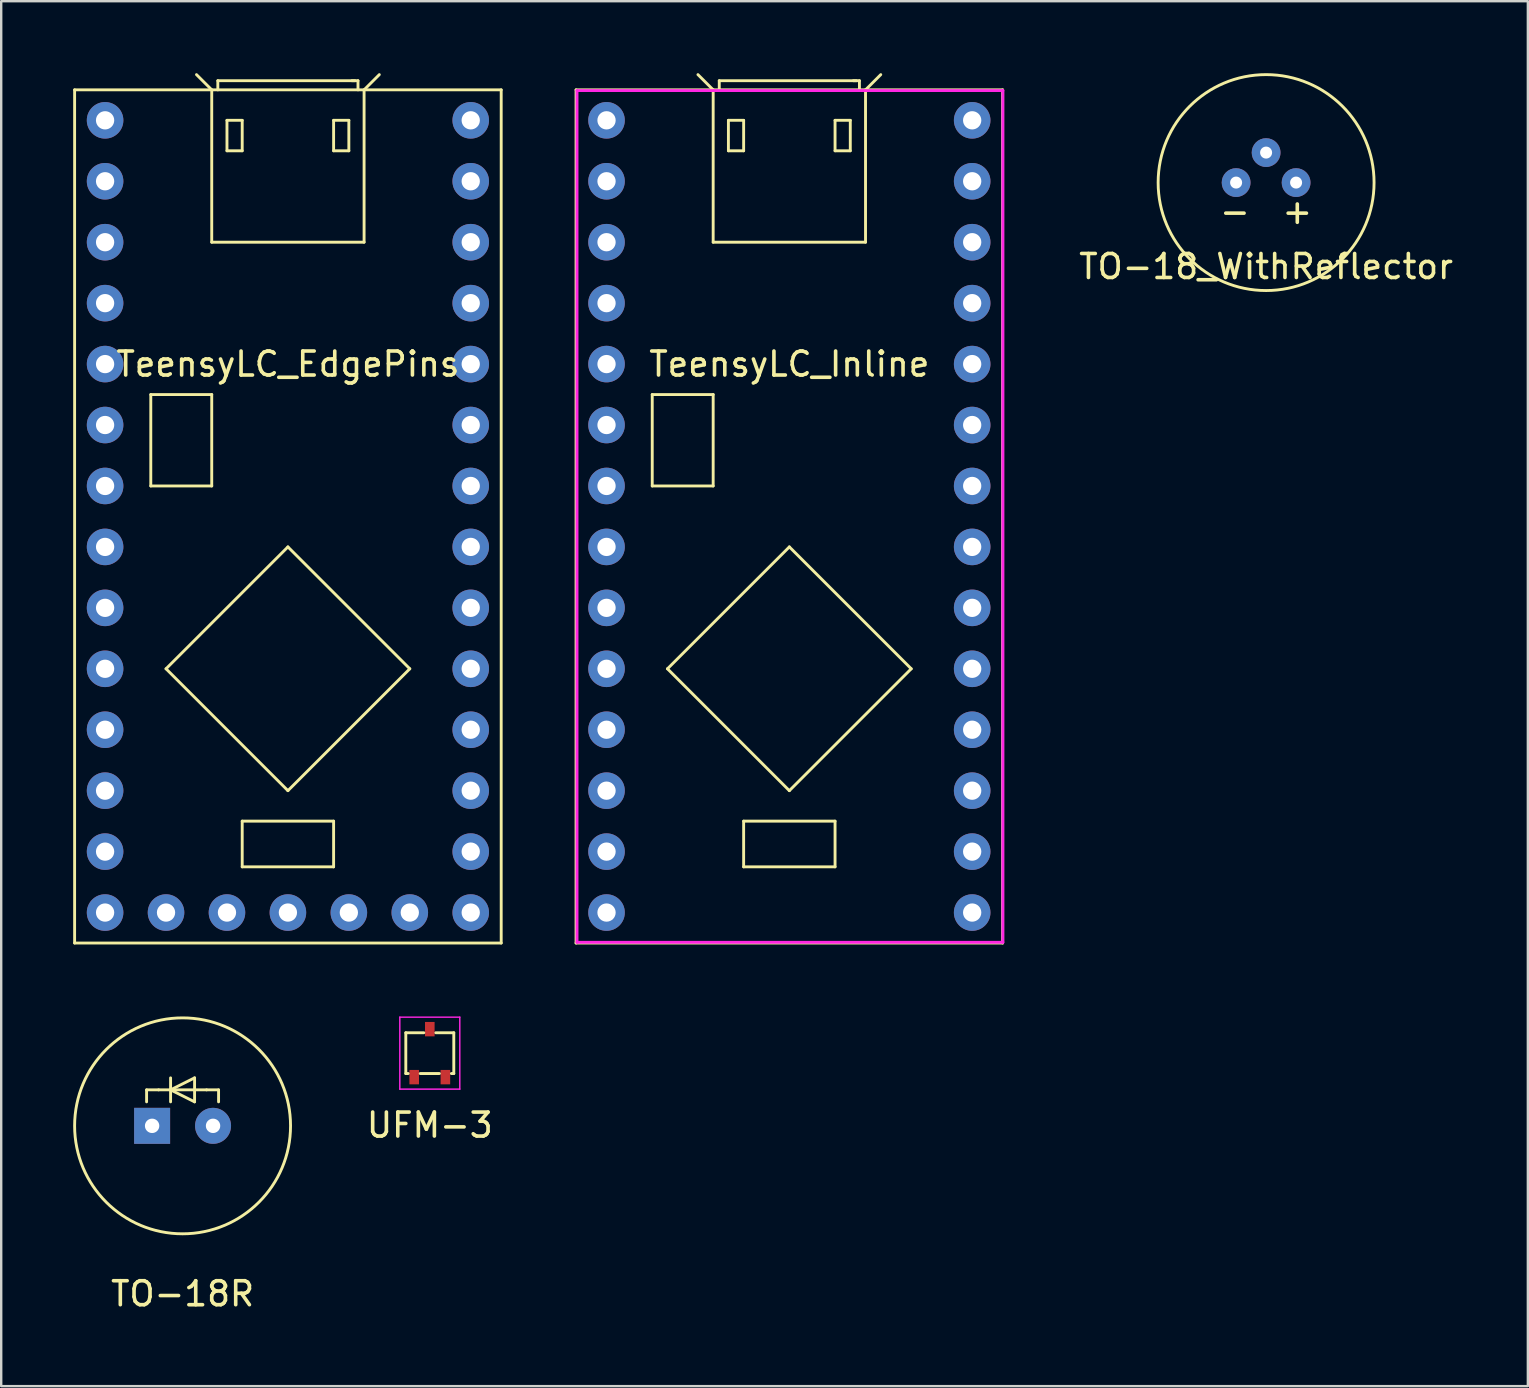
<source format=kicad_pcb>
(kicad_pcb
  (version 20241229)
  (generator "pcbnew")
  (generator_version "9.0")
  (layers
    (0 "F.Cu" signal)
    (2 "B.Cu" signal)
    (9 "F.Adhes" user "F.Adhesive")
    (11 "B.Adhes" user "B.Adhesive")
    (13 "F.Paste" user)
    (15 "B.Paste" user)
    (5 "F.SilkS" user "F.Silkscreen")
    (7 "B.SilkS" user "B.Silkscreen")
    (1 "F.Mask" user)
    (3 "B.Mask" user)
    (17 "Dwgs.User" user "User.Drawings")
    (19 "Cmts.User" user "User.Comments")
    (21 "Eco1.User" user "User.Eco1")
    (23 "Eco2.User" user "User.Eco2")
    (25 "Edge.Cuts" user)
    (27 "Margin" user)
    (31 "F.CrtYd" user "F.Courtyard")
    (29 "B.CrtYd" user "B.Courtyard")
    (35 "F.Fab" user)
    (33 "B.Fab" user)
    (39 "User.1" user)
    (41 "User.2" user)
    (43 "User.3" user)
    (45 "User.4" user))
  (footprint "TO-18R"
    (layer "F.Cu")
    (at 4.56 43.875)
    (property "Reference" "TO-18R" (at 0 7 0) (layer "F.SilkS") (effects (font (size 1 1) (thickness 0.15))))
    (attr through_hole)
    (fp_line (start -1.5 -1.5) (end -1.5 -1) (stroke (width 0.12) (type solid)) (layer "F.SilkS"))
    (fp_line (start -1 -1.5) (end -1.5 -1.5) (stroke (width 0.12) (type solid)) (layer "F.SilkS"))
    (fp_line (start -0.5 -2) (end -0.5 -1) (stroke (width 0.12) (type solid)) (layer "F.SilkS"))
    (fp_line (start -0.5 -1.5) (end -1 -1.5) (stroke (width 0.12) (type solid)) (layer "F.SilkS"))
    (fp_line (start -0.5 -1.5) (end 0.5 -2) (stroke (width 0.12) (type solid)) (layer "F.SilkS"))
    (fp_line (start -0.5 -1.5) (end 1 -1.5) (stroke (width 0.12) (type solid)) (layer "F.SilkS"))
    (fp_line (start 0.5 -2) (end 0.5 -1) (stroke (width 0.12) (type solid)) (layer "F.SilkS"))
    (fp_line (start 0.5 -1) (end -0.5 -1.5) (stroke (width 0.12) (type solid)) (layer "F.SilkS"))
    (fp_line (start 1 -1.5) (end 1.5 -1.5) (stroke (width 0.12) (type solid)) (layer "F.SilkS"))
    (fp_line (start 1.5 -1.5) (end 1.5 -1) (stroke (width 0.12) (type solid)) (layer "F.SilkS"))
    (fp_circle (center 0 0) (end 4.5 0) (stroke (width 0.12) (type solid)) (fill no) (layer "F.SilkS"))
    (pad "1" thru_hole rect (at -1.27 0) (size 1.5 1.5) (drill 0.6) (layers "*.Cu" "*.Mask"))
    (pad "2" thru_hole circle (at 1.27 0) (size 1.5 1.5) (drill 0.6) (layers "*.Cu" "*.Mask")))
  (footprint "UFM-3"
    (layer "F.Cu")
    (at 14.864 40.845)
    (property "Reference" "UFM-3" (at 0 3 0) (layer "F.SilkS") (effects (font (size 1 1) (thickness 0.15))))
    (attr through_hole)
    (fp_line (start -1 -0.85) (end -1 0.85) (stroke (width 0.12) (type solid)) (layer "F.SilkS"))
    (fp_line (start -1 0.85) (end -0.9 0.85) (stroke (width 0.12) (type solid)) (layer "F.SilkS"))
    (fp_line (start -0.4 0.85) (end 0.4 0.85) (stroke (width 0.12) (type solid)) (layer "F.SilkS"))
    (fp_line (start -0.25 -0.85) (end -1 -0.85) (stroke (width 0.12) (type solid)) (layer "F.SilkS"))
    (fp_line (start 1 -0.85) (end 0.25 -0.85) (stroke (width 0.12) (type solid)) (layer "F.SilkS"))
    (fp_line (start 1 0.85) (end 0.9 0.85) (stroke (width 0.12) (type solid)) (layer "F.SilkS"))
    (fp_line (start 1 0.85) (end 1 -0.85) (stroke (width 0.12) (type solid)) (layer "F.SilkS"))
    (fp_line (start -1.25 -1.5) (end 1.25 -1.5) (stroke (width 0.06) (type solid)) (layer "F.CrtYd"))
    (fp_line (start -1.25 1.5) (end -1.25 -1.5) (stroke (width 0.06) (type solid)) (layer "F.CrtYd"))
    (fp_line (start 1.25 -1.5) (end 1.25 1.5) (stroke (width 0.06) (type solid)) (layer "F.CrtYd"))
    (fp_line (start 1.25 1.5) (end -1.25 1.5) (stroke (width 0.06) (type solid)) (layer "F.CrtYd"))
    (pad "1" smd rect (at -0.65 1) (size 0.4 0.6) (layers "F.Cu" "F.Mask" "F.Paste"))
    (pad "2" smd rect (at 0.65 1) (size 0.4 0.6) (layers "F.Cu" "F.Mask" "F.Paste"))
    (pad "3" smd rect (at 0 -1) (size 0.4 0.6) (layers "F.Cu" "F.Mask" "F.Paste")))
  (footprint "TeensyLC_EdgePins"
    (layer "F.Cu")
    (at 8.95 18.475)
    (property "Reference" "TeensyLC_EdgePins" (at 0 -6.35 0) (layer "F.SilkS") (effects (font (size 1 1) (thickness 0.15))))
    (attr through_hole)
    (fp_line (start -8.89 -17.78) (end -8.89 17.78) (stroke (width 0.12) (type solid)) (layer "F.SilkS"))
    (fp_line (start -8.89 17.78) (end 8.89 17.78) (stroke (width 0.12) (type solid)) (layer "F.SilkS"))
    (fp_line (start -5.715 -5.08) (end -5.715 -1.27) (stroke (width 0.12) (type solid)) (layer "F.SilkS"))
    (fp_line (start -5.715 -1.27) (end -3.175 -1.27) (stroke (width 0.12) (type solid)) (layer "F.SilkS"))
    (fp_line (start -5.08 6.35) (end 0 11.43) (stroke (width 0.12) (type solid)) (layer "F.SilkS"))
    (fp_line (start -3.175 -17.78) (end -3.81 -18.415) (stroke (width 0.12) (type solid)) (layer "F.SilkS"))
    (fp_line (start -3.175 -11.43) (end -3.175 -17.78) (stroke (width 0.12) (type solid)) (layer "F.SilkS"))
    (fp_line (start -3.175 -5.08) (end -5.715 -5.08) (stroke (width 0.12) (type solid)) (layer "F.SilkS"))
    (fp_line (start -3.175 -1.27) (end -3.175 -5.08) (stroke (width 0.12) (type solid)) (layer "F.SilkS"))
    (fp_line (start -2.921 -18.161) (end 2.794 -18.161) (stroke (width 0.12) (type solid)) (layer "F.SilkS"))
    (fp_line (start -2.921 -17.78) (end -2.921 -18.161) (stroke (width 0.12) (type solid)) (layer "F.SilkS"))
    (fp_line (start -2.54 -16.51) (end -2.54 -15.24) (stroke (width 0.12) (type solid)) (layer "F.SilkS"))
    (fp_line (start -2.54 -15.24) (end -1.905 -15.24) (stroke (width 0.12) (type solid)) (layer "F.SilkS"))
    (fp_line (start -1.905 -16.51) (end -2.54 -16.51) (stroke (width 0.12) (type solid)) (layer "F.SilkS"))
    (fp_line (start -1.905 -15.24) (end -1.905 -16.51) (stroke (width 0.12) (type solid)) (layer "F.SilkS"))
    (fp_line (start -1.905 12.7) (end -1.905 14.605) (stroke (width 0.12) (type solid)) (layer "F.SilkS"))
    (fp_line (start -1.905 14.605) (end 1.905 14.605) (stroke (width 0.12) (type solid)) (layer "F.SilkS"))
    (fp_line (start 0 1.27) (end -5.08 6.35) (stroke (width 0.12) (type solid)) (layer "F.SilkS"))
    (fp_line (start 0 11.43) (end 5.08 6.35) (stroke (width 0.12) (type solid)) (layer "F.SilkS"))
    (fp_line (start 1.905 -16.51) (end 1.905 -15.24) (stroke (width 0.12) (type solid)) (layer "F.SilkS"))
    (fp_line (start 1.905 -15.24) (end 2.54 -15.24) (stroke (width 0.12) (type solid)) (layer "F.SilkS"))
    (fp_line (start 1.905 12.7) (end -1.905 12.7) (stroke (width 0.12) (type solid)) (layer "F.SilkS"))
    (fp_line (start 1.905 14.605) (end 1.905 12.7) (stroke (width 0.12) (type solid)) (layer "F.SilkS"))
    (fp_line (start 2.54 -16.51) (end 1.905 -16.51) (stroke (width 0.12) (type solid)) (layer "F.SilkS"))
    (fp_line (start 2.54 -15.24) (end 2.54 -16.51) (stroke (width 0.12) (type solid)) (layer "F.SilkS"))
    (fp_line (start 2.921 -18.161) (end 2.667 -18.161) (stroke (width 0.12) (type solid)) (layer "F.SilkS"))
    (fp_line (start 2.921 -18.161) (end 2.921 -17.78) (stroke (width 0.12) (type solid)) (layer "F.SilkS"))
    (fp_line (start 3.175 -17.78) (end 3.175 -11.43) (stroke (width 0.12) (type solid)) (layer "F.SilkS"))
    (fp_line (start 3.175 -17.78) (end 3.81 -18.415) (stroke (width 0.12) (type solid)) (layer "F.SilkS"))
    (fp_line (start 3.175 -11.43) (end -3.175 -11.43) (stroke (width 0.12) (type solid)) (layer "F.SilkS"))
    (fp_line (start 5.08 6.35) (end 0 1.27) (stroke (width 0.12) (type solid)) (layer "F.SilkS"))
    (fp_line (start 8.89 -17.78) (end -8.89 -17.78) (stroke (width 0.12) (type solid)) (layer "F.SilkS"))
    (fp_line (start 8.89 17.78) (end 8.89 -17.78) (stroke (width 0.12) (type solid)) (layer "F.SilkS"))
    (pad "0" thru_hole circle (at -7.62 -13.97) (size 1.524 1.524) (drill 0.762) (layers "*.Cu" "*.Mask"))
    (pad "1" thru_hole circle (at -7.62 -11.43) (size 1.524 1.524) (drill 0.762) (layers "*.Cu" "*.Mask"))
    (pad "2" thru_hole circle (at -7.62 -8.89) (size 1.524 1.524) (drill 0.762) (layers "*.Cu" "*.Mask"))
    (pad "3" thru_hole circle (at -7.62 -6.35) (size 1.524 1.524) (drill 0.762) (layers "*.Cu" "*.Mask"))
    (pad "3.3V_1" thru_hole circle (at -2.54 16.51) (size 1.524 1.524) (drill 0.762) (layers "*.Cu" "*.Mask"))
    (pad "3.3V_2" thru_hole circle (at 7.62 -11.43) (size 1.524 1.524) (drill 0.762) (layers "*.Cu" "*.Mask"))
    (pad "4" thru_hole circle (at -7.62 -3.81) (size 1.524 1.524) (drill 0.762) (layers "*.Cu" "*.Mask"))
    (pad "5" thru_hole circle (at -7.62 -1.27) (size 1.524 1.524) (drill 0.762) (layers "*.Cu" "*.Mask"))
    (pad "6" thru_hole circle (at -7.62 1.27) (size 1.524 1.524) (drill 0.762) (layers "*.Cu" "*.Mask"))
    (pad "7" thru_hole circle (at -7.62 3.81) (size 1.524 1.524) (drill 0.762) (layers "*.Cu" "*.Mask"))
    (pad "8" thru_hole circle (at -7.62 6.35) (size 1.524 1.524) (drill 0.762) (layers "*.Cu" "*.Mask"))
    (pad "9" thru_hole circle (at -7.62 8.89) (size 1.524 1.524) (drill 0.762) (layers "*.Cu" "*.Mask"))
    (pad "10" thru_hole circle (at -7.62 11.43) (size 1.524 1.524) (drill 0.762) (layers "*.Cu" "*.Mask"))
    (pad "11" thru_hole circle (at -7.62 13.97) (size 1.524 1.524) (drill 0.762) (layers "*.Cu" "*.Mask"))
    (pad "12" thru_hole circle (at -7.62 16.51) (size 1.524 1.524) (drill 0.762) (layers "*.Cu" "*.Mask"))
    (pad "13" thru_hole circle (at 7.62 16.51) (size 1.524 1.524) (drill 0.762) (layers "*.Cu" "*.Mask"))
    (pad "14" thru_hole circle (at 7.62 13.97) (size 1.524 1.524) (drill 0.762) (layers "*.Cu" "*.Mask"))
    (pad "15" thru_hole circle (at 7.62 11.43) (size 1.524 1.524) (drill 0.762) (layers "*.Cu" "*.Mask"))
    (pad "16" thru_hole circle (at 7.62 8.89) (size 1.524 1.524) (drill 0.762) (layers "*.Cu" "*.Mask"))
    (pad "17" thru_hole circle (at 7.62 6.35) (size 1.524 1.524) (drill 0.762) (layers "*.Cu" "*.Mask"))
    (pad "17_VD" thru_hole circle (at -5.08 16.51) (size 1.524 1.524) (drill 0.762) (layers "*.Cu" "*.Mask"))
    (pad "18" thru_hole circle (at 7.62 3.81) (size 1.524 1.524) (drill 0.762) (layers "*.Cu" "*.Mask"))
    (pad "19" thru_hole circle (at 7.62 1.27) (size 1.524 1.524) (drill 0.762) (layers "*.Cu" "*.Mask"))
    (pad "20" thru_hole circle (at 7.62 -1.27) (size 1.524 1.524) (drill 0.762) (layers "*.Cu" "*.Mask"))
    (pad "21" thru_hole circle (at 7.62 -3.81) (size 1.524 1.524) (drill 0.762) (layers "*.Cu" "*.Mask"))
    (pad "22" thru_hole circle (at 7.62 -6.35) (size 1.524 1.524) (drill 0.762) (layers "*.Cu" "*.Mask"))
    (pad "23" thru_hole circle (at 7.62 -8.89) (size 1.524 1.524) (drill 0.762) (layers "*.Cu" "*.Mask"))
    (pad "26" thru_hole circle (at 5.08 16.51) (size 1.524 1.524) (drill 0.762) (layers "*.Cu" "*.Mask"))
    (pad "GND_1" thru_hole circle (at -7.62 -16.51) (size 1.524 1.524) (drill 0.762) (layers "*.Cu" "*.Mask"))
    (pad "GND_2" thru_hole circle (at 0 16.51) (size 1.524 1.524) (drill 0.762) (layers "*.Cu" "*.Mask"))
    (pad "GND_3" thru_hole circle (at 7.62 -13.97) (size 1.524 1.524) (drill 0.762) (layers "*.Cu" "*.Mask"))
    (pad "PROG" thru_hole circle (at 2.54 16.51) (size 1.524 1.524) (drill 0.762) (layers "*.Cu" "*.Mask"))
    (pad "VIN" thru_hole circle (at 7.62 -16.51) (size 1.524 1.524) (drill 0.762) (layers "*.Cu" "*.Mask")))
  (footprint "TeensyLC_Inline"
    (layer "F.Cu")
    (at 29.85 18.475)
    (property "Reference" "TeensyLC_Inline" (at 0 -6.35 0) (layer "F.SilkS") (effects (font (size 1 1) (thickness 0.15))))
    (attr through_hole)
    (fp_line (start -8.89 -17.78) (end -8.89 17.78) (stroke (width 0.12) (type solid)) (layer "F.SilkS"))
    (fp_line (start -8.89 17.78) (end 8.89 17.78) (stroke (width 0.12) (type solid)) (layer "F.SilkS"))
    (fp_line (start -5.715 -5.08) (end -5.715 -1.27) (stroke (width 0.12) (type solid)) (layer "F.SilkS"))
    (fp_line (start -5.715 -1.27) (end -3.175 -1.27) (stroke (width 0.12) (type solid)) (layer "F.SilkS"))
    (fp_line (start -5.08 6.35) (end 0 11.43) (stroke (width 0.12) (type solid)) (layer "F.SilkS"))
    (fp_line (start -3.175 -17.78) (end -3.81 -18.415) (stroke (width 0.12) (type solid)) (layer "F.SilkS"))
    (fp_line (start -3.175 -11.43) (end -3.175 -17.78) (stroke (width 0.12) (type solid)) (layer "F.SilkS"))
    (fp_line (start -3.175 -5.08) (end -5.715 -5.08) (stroke (width 0.12) (type solid)) (layer "F.SilkS"))
    (fp_line (start -3.175 -1.27) (end -3.175 -5.08) (stroke (width 0.12) (type solid)) (layer "F.SilkS"))
    (fp_line (start -2.921 -18.161) (end 2.794 -18.161) (stroke (width 0.12) (type solid)) (layer "F.SilkS"))
    (fp_line (start -2.921 -17.78) (end -2.921 -18.161) (stroke (width 0.12) (type solid)) (layer "F.SilkS"))
    (fp_line (start -2.54 -16.51) (end -2.54 -15.24) (stroke (width 0.12) (type solid)) (layer "F.SilkS"))
    (fp_line (start -2.54 -15.24) (end -1.905 -15.24) (stroke (width 0.12) (type solid)) (layer "F.SilkS"))
    (fp_line (start -1.905 -16.51) (end -2.54 -16.51) (stroke (width 0.12) (type solid)) (layer "F.SilkS"))
    (fp_line (start -1.905 -15.24) (end -1.905 -16.51) (stroke (width 0.12) (type solid)) (layer "F.SilkS"))
    (fp_line (start -1.905 12.7) (end -1.905 14.605) (stroke (width 0.12) (type solid)) (layer "F.SilkS"))
    (fp_line (start -1.905 14.605) (end 1.905 14.605) (stroke (width 0.12) (type solid)) (layer "F.SilkS"))
    (fp_line (start 0 1.27) (end -5.08 6.35) (stroke (width 0.12) (type solid)) (layer "F.SilkS"))
    (fp_line (start 0 11.43) (end 5.08 6.35) (stroke (width 0.12) (type solid)) (layer "F.SilkS"))
    (fp_line (start 1.905 -16.51) (end 1.905 -15.24) (stroke (width 0.12) (type solid)) (layer "F.SilkS"))
    (fp_line (start 1.905 -15.24) (end 2.54 -15.24) (stroke (width 0.12) (type solid)) (layer "F.SilkS"))
    (fp_line (start 1.905 12.7) (end -1.905 12.7) (stroke (width 0.12) (type solid)) (layer "F.SilkS"))
    (fp_line (start 1.905 14.605) (end 1.905 12.7) (stroke (width 0.12) (type solid)) (layer "F.SilkS"))
    (fp_line (start 2.54 -16.51) (end 1.905 -16.51) (stroke (width 0.12) (type solid)) (layer "F.SilkS"))
    (fp_line (start 2.54 -15.24) (end 2.54 -16.51) (stroke (width 0.12) (type solid)) (layer "F.SilkS"))
    (fp_line (start 2.921 -18.161) (end 2.667 -18.161) (stroke (width 0.12) (type solid)) (layer "F.SilkS"))
    (fp_line (start 2.921 -18.161) (end 2.921 -17.78) (stroke (width 0.12) (type solid)) (layer "F.SilkS"))
    (fp_line (start 3.175 -17.78) (end 3.175 -11.43) (stroke (width 0.12) (type solid)) (layer "F.SilkS"))
    (fp_line (start 3.175 -17.78) (end 3.81 -18.415) (stroke (width 0.12) (type solid)) (layer "F.SilkS"))
    (fp_line (start 3.175 -11.43) (end -3.175 -11.43) (stroke (width 0.12) (type solid)) (layer "F.SilkS"))
    (fp_line (start 5.08 6.35) (end 0 1.27) (stroke (width 0.12) (type solid)) (layer "F.SilkS"))
    (fp_line (start 8.89 -17.78) (end -8.89 -17.78) (stroke (width 0.12) (type solid)) (layer "F.SilkS"))
    (fp_line (start 8.89 17.78) (end 8.89 -17.78) (stroke (width 0.12) (type solid)) (layer "F.SilkS"))
    (fp_line (start -8.85 -17.75) (end 8.9 -17.75) (stroke (width 0.12) (type solid)) (layer "F.CrtYd"))
    (fp_line (start -8.85 17.75) (end -8.85 -17.75) (stroke (width 0.12) (type solid)) (layer "F.CrtYd"))
    (fp_line (start 8.9 -17.75) (end 8.9 17.75) (stroke (width 0.12) (type solid)) (layer "F.CrtYd"))
    (fp_line (start 8.9 17.75) (end -8.85 17.75) (stroke (width 0.12) (type solid)) (layer "F.CrtYd"))
    (pad "0" thru_hole circle (at -7.62 -13.97) (size 1.524 1.524) (drill 0.762) (layers "*.Cu" "*.Mask"))
    (pad "1" thru_hole circle (at -7.62 -11.43) (size 1.524 1.524) (drill 0.762) (layers "*.Cu" "*.Mask"))
    (pad "2" thru_hole circle (at -7.62 -8.89) (size 1.524 1.524) (drill 0.762) (layers "*.Cu" "*.Mask"))
    (pad "3" thru_hole circle (at -7.62 -6.35) (size 1.524 1.524) (drill 0.762) (layers "*.Cu" "*.Mask"))
    (pad "3.3V_2" thru_hole circle (at 7.62 -11.43) (size 1.524 1.524) (drill 0.762) (layers "*.Cu" "*.Mask"))
    (pad "4" thru_hole circle (at -7.62 -3.81) (size 1.524 1.524) (drill 0.762) (layers "*.Cu" "*.Mask"))
    (pad "5" thru_hole circle (at -7.62 -1.27) (size 1.524 1.524) (drill 0.762) (layers "*.Cu" "*.Mask"))
    (pad "6" thru_hole circle (at -7.62 1.27) (size 1.524 1.524) (drill 0.762) (layers "*.Cu" "*.Mask"))
    (pad "7" thru_hole circle (at -7.62 3.81) (size 1.524 1.524) (drill 0.762) (layers "*.Cu" "*.Mask"))
    (pad "8" thru_hole circle (at -7.62 6.35) (size 1.524 1.524) (drill 0.762) (layers "*.Cu" "*.Mask"))
    (pad "9" thru_hole circle (at -7.62 8.89) (size 1.524 1.524) (drill 0.762) (layers "*.Cu" "*.Mask"))
    (pad "10" thru_hole circle (at -7.62 11.43) (size 1.524 1.524) (drill 0.762) (layers "*.Cu" "*.Mask"))
    (pad "11" thru_hole circle (at -7.62 13.97) (size 1.524 1.524) (drill 0.762) (layers "*.Cu" "*.Mask"))
    (pad "12" thru_hole circle (at -7.62 16.51) (size 1.524 1.524) (drill 0.762) (layers "*.Cu" "*.Mask"))
    (pad "13" thru_hole circle (at 7.62 16.51) (size 1.524 1.524) (drill 0.762) (layers "*.Cu" "*.Mask"))
    (pad "14" thru_hole circle (at 7.62 13.97) (size 1.524 1.524) (drill 0.762) (layers "*.Cu" "*.Mask"))
    (pad "15" thru_hole circle (at 7.62 11.43) (size 1.524 1.524) (drill 0.762) (layers "*.Cu" "*.Mask"))
    (pad "16" thru_hole circle (at 7.62 8.89) (size 1.524 1.524) (drill 0.762) (layers "*.Cu" "*.Mask"))
    (pad "17" thru_hole circle (at 7.62 6.35) (size 1.524 1.524) (drill 0.762) (layers "*.Cu" "*.Mask"))
    (pad "18" thru_hole circle (at 7.62 3.81) (size 1.524 1.524) (drill 0.762) (layers "*.Cu" "*.Mask"))
    (pad "19" thru_hole circle (at 7.62 1.27) (size 1.524 1.524) (drill 0.762) (layers "*.Cu" "*.Mask"))
    (pad "20" thru_hole circle (at 7.62 -1.27) (size 1.524 1.524) (drill 0.762) (layers "*.Cu" "*.Mask"))
    (pad "21" thru_hole circle (at 7.62 -3.81) (size 1.524 1.524) (drill 0.762) (layers "*.Cu" "*.Mask"))
    (pad "22" thru_hole circle (at 7.62 -6.35) (size 1.524 1.524) (drill 0.762) (layers "*.Cu" "*.Mask"))
    (pad "23" thru_hole circle (at 7.62 -8.89) (size 1.524 1.524) (drill 0.762) (layers "*.Cu" "*.Mask"))
    (pad "GND_1" thru_hole circle (at -7.62 -16.51) (size 1.524 1.524) (drill 0.762) (layers "*.Cu" "*.Mask"))
    (pad "GND_3" thru_hole circle (at 7.62 -13.97) (size 1.524 1.524) (drill 0.762) (layers "*.Cu" "*.Mask"))
    (pad "VIN" thru_hole circle (at 7.62 -16.51) (size 1.524 1.524) (drill 0.762) (layers "*.Cu" "*.Mask")))
  (footprint "TO-18_WithReflector"
    (layer "F.Cu")
    (at 49.721 4.56)
    (property "Reference" "TO-18_WithReflector" (at 0 3.5 0) (layer "F.SilkS") (effects (font (size 1 1) (thickness 0.15))))
    (attr through_hole)
    (fp_circle (center 0 0) (end 4.5 0) (stroke (width 0.12) (type solid)) (fill no) (layer "F.SilkS"))
    (fp_text user "+" (at 1.3 1.2 0) (layer "F.SilkS") (effects (font (size 1 1) (thickness 0.15))))
    (fp_text user "-" (at -1.3 1.2 0) (layer "F.SilkS") (effects (font (size 1 1) (thickness 0.15))))
    (pad "1" thru_hole circle (at -1.25 0) (size 1.2 1.2) (drill 0.5) (layers "*.Cu" "*.Mask"))
    (pad "2" thru_hole circle (at 1.25 0) (size 1.2 1.2) (drill 0.5) (layers "*.Cu" "*.Mask"))
    (pad "3" thru_hole circle (at 0 -1.25) (size 1.2 1.2) (drill 0.5) (layers "*.Cu" "*.Mask")))
  (gr_rect
    (start -3 -3)
    (end 60.631 54.723)
    (stroke (width 0.1) (type default))
    (fill no)
    (layer "Edge.Cuts")))
</source>
